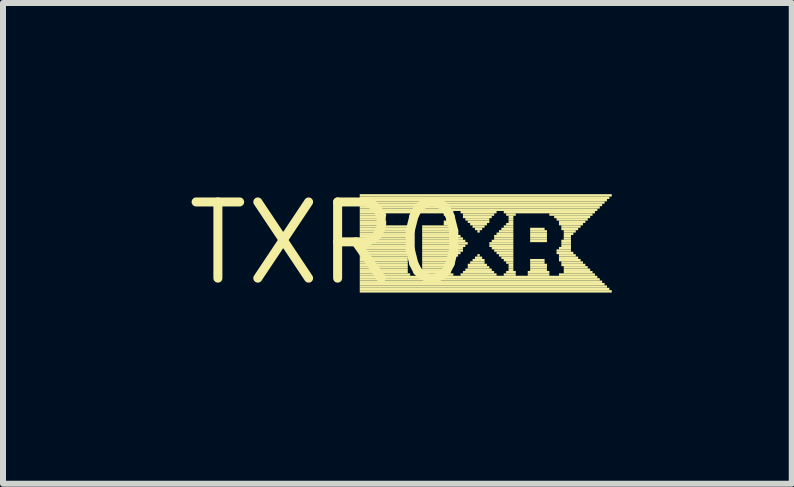
<source format=kicad_pcb>
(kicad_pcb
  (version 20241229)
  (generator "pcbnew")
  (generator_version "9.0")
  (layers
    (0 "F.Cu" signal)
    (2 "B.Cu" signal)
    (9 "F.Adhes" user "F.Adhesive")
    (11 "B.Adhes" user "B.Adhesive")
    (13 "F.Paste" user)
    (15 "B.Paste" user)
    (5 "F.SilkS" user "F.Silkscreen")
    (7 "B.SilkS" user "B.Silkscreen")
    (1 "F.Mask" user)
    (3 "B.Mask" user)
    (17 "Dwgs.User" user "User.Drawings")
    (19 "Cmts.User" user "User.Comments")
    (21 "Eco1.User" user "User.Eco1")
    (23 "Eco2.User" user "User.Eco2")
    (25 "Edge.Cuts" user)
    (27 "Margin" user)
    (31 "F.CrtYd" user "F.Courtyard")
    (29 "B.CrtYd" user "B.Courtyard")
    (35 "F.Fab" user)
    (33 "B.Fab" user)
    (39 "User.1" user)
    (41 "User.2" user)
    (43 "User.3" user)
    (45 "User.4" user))
  (footprint "TXR0"
    (layer "F.Cu")
    (at 2.426 1.006)
    (property "Reference" "TXR0" (at 0 0 0) (layer "F.SilkS") (effects (font (size 1.27 1.27) (thickness 0.15))))
    (fp_poly (pts (xy 0.52 -0.78) (xy 4.72 -0.78) (xy 4.72 -0.82) (xy 0.52 -0.82)) (stroke (width 0) (type default)) (fill yes) (layer "F.SilkS"))
    (fp_poly (pts (xy 0.52 -0.74) (xy 4.68 -0.74) (xy 4.68 -0.78) (xy 0.52 -0.78)) (stroke (width 0) (type default)) (fill yes) (layer "F.SilkS"))
    (fp_poly (pts (xy 0.52 -0.7) (xy 4.64 -0.7) (xy 4.64 -0.74) (xy 0.52 -0.74)) (stroke (width 0) (type default)) (fill yes) (layer "F.SilkS"))
    (fp_poly (pts (xy 0.52 -0.66) (xy 4.6 -0.66) (xy 4.6 -0.7) (xy 0.52 -0.7)) (stroke (width 0) (type default)) (fill yes) (layer "F.SilkS"))
    (fp_poly (pts (xy 0.52 -0.62) (xy 4.56 -0.62) (xy 4.56 -0.66) (xy 0.52 -0.66)) (stroke (width 0) (type default)) (fill yes) (layer "F.SilkS"))
    (fp_poly (pts (xy 0.52 -0.58) (xy 4.52 -0.58) (xy 4.52 -0.62) (xy 0.52 -0.62)) (stroke (width 0) (type default)) (fill yes) (layer "F.SilkS"))
    (fp_poly (pts (xy 0.52 -0.54) (xy 4.48 -0.54) (xy 4.48 -0.58) (xy 0.52 -0.58)) (stroke (width 0) (type default)) (fill yes) (layer "F.SilkS"))
    (fp_poly (pts (xy 0.52 -0.5) (xy 2.08 -0.5) (xy 2.08 -0.54) (xy 0.52 -0.54)) (stroke (width 0) (type default)) (fill yes) (layer "F.SilkS"))
    (fp_poly (pts (xy 0.52 -0.46) (xy 0.96 -0.46) (xy 0.96 -0.5) (xy 0.52 -0.5)) (stroke (width 0) (type default)) (fill yes) (layer "F.SilkS"))
    (fp_poly (pts (xy 0.52 -0.42) (xy 0.92 -0.42) (xy 0.92 -0.46) (xy 0.52 -0.46)) (stroke (width 0) (type default)) (fill yes) (layer "F.SilkS"))
    (fp_poly (pts (xy 0.52 -0.38) (xy 0.92 -0.38) (xy 0.92 -0.42) (xy 0.52 -0.42)) (stroke (width 0) (type default)) (fill yes) (layer "F.SilkS"))
    (fp_poly (pts (xy 0.52 -0.34) (xy 0.96 -0.34) (xy 0.96 -0.38) (xy 0.52 -0.38)) (stroke (width 0) (type default)) (fill yes) (layer "F.SilkS"))
    (fp_poly (pts (xy 0.52 -0.3) (xy 0.96 -0.3) (xy 0.96 -0.34) (xy 0.52 -0.34)) (stroke (width 0) (type default)) (fill yes) (layer "F.SilkS"))
    (fp_poly (pts (xy 0.52 -0.26) (xy 1.32 -0.26) (xy 1.32 -0.3) (xy 0.52 -0.3)) (stroke (width 0) (type default)) (fill yes) (layer "F.SilkS"))
    (fp_poly (pts (xy 0.52 -0.22) (xy 1.32 -0.22) (xy 1.32 -0.26) (xy 0.52 -0.26)) (stroke (width 0) (type default)) (fill yes) (layer "F.SilkS"))
    (fp_poly (pts (xy 0.52 -0.18) (xy 1.32 -0.18) (xy 1.32 -0.22) (xy 0.52 -0.22)) (stroke (width 0) (type default)) (fill yes) (layer "F.SilkS"))
    (fp_poly (pts (xy 0.52 -0.14) (xy 1.32 -0.14) (xy 1.32 -0.18) (xy 0.52 -0.18)) (stroke (width 0) (type default)) (fill yes) (layer "F.SilkS"))
    (fp_poly (pts (xy 0.52 -0.1) (xy 1.32 -0.1) (xy 1.32 -0.14) (xy 0.52 -0.14)) (stroke (width 0) (type default)) (fill yes) (layer "F.SilkS"))
    (fp_poly (pts (xy 0.52 -0.06) (xy 1.32 -0.06) (xy 1.32 -0.1) (xy 0.52 -0.1)) (stroke (width 0) (type default)) (fill yes) (layer "F.SilkS"))
    (fp_poly (pts (xy 0.52 -0.02) (xy 1.32 -0.02) (xy 1.32 -0.06) (xy 0.52 -0.06)) (stroke (width 0) (type default)) (fill yes) (layer "F.SilkS"))
    (fp_poly (pts (xy 0.52 0.02) (xy 1.32 0.02) (xy 1.32 -0.02) (xy 0.52 -0.02)) (stroke (width 0) (type default)) (fill yes) (layer "F.SilkS"))
    (fp_poly (pts (xy 0.52 0.06) (xy 1.32 0.06) (xy 1.32 0.02) (xy 0.52 0.02)) (stroke (width 0) (type default)) (fill yes) (layer "F.SilkS"))
    (fp_poly (pts (xy 0.52 0.1) (xy 1.32 0.1) (xy 1.32 0.06) (xy 0.52 0.06)) (stroke (width 0) (type default)) (fill yes) (layer "F.SilkS"))
    (fp_poly (pts (xy 0.52 0.14) (xy 1.32 0.14) (xy 1.32 0.1) (xy 0.52 0.1)) (stroke (width 0) (type default)) (fill yes) (layer "F.SilkS"))
    (fp_poly (pts (xy 0.52 0.18) (xy 1.32 0.18) (xy 1.32 0.14) (xy 0.52 0.14)) (stroke (width 0) (type default)) (fill yes) (layer "F.SilkS"))
    (fp_poly (pts (xy 0.52 0.22) (xy 1.32 0.22) (xy 1.32 0.18) (xy 0.52 0.18)) (stroke (width 0) (type default)) (fill yes) (layer "F.SilkS"))
    (fp_poly (pts (xy 0.52 0.26) (xy 1.32 0.26) (xy 1.32 0.22) (xy 0.52 0.22)) (stroke (width 0) (type default)) (fill yes) (layer "F.SilkS"))
    (fp_poly (pts (xy 0.52 0.3) (xy 1.32 0.3) (xy 1.32 0.26) (xy 0.52 0.26)) (stroke (width 0) (type default)) (fill yes) (layer "F.SilkS"))
    (fp_poly (pts (xy 0.52 0.34) (xy 1.32 0.34) (xy 1.32 0.3) (xy 0.52 0.3)) (stroke (width 0) (type default)) (fill yes) (layer "F.SilkS"))
    (fp_poly (pts (xy 0.52 0.38) (xy 1.32 0.38) (xy 1.32 0.34) (xy 0.52 0.34)) (stroke (width 0) (type default)) (fill yes) (layer "F.SilkS"))
    (fp_poly (pts (xy 0.52 0.42) (xy 1.32 0.42) (xy 1.32 0.38) (xy 0.52 0.38)) (stroke (width 0) (type default)) (fill yes) (layer "F.SilkS"))
    (fp_poly (pts (xy 0.52 0.46) (xy 1.32 0.46) (xy 1.32 0.42) (xy 0.52 0.42)) (stroke (width 0) (type default)) (fill yes) (layer "F.SilkS"))
    (fp_poly (pts (xy 0.52 0.5) (xy 1.32 0.5) (xy 1.32 0.46) (xy 0.52 0.46)) (stroke (width 0) (type default)) (fill yes) (layer "F.SilkS"))
    (fp_poly (pts (xy 0.52 0.54) (xy 1.36 0.54) (xy 1.36 0.5) (xy 0.52 0.5)) (stroke (width 0) (type default)) (fill yes) (layer "F.SilkS"))
    (fp_poly (pts (xy 0.52 0.58) (xy 4.48 0.58) (xy 4.48 0.54) (xy 0.52 0.54)) (stroke (width 0) (type default)) (fill yes) (layer "F.SilkS"))
    (fp_poly (pts (xy 0.52 0.62) (xy 4.52 0.62) (xy 4.52 0.58) (xy 0.52 0.58)) (stroke (width 0) (type default)) (fill yes) (layer "F.SilkS"))
    (fp_poly (pts (xy 0.52 0.66) (xy 4.56 0.66) (xy 4.56 0.62) (xy 0.52 0.62)) (stroke (width 0) (type default)) (fill yes) (layer "F.SilkS"))
    (fp_poly (pts (xy 0.52 0.7) (xy 4.6 0.7) (xy 4.6 0.66) (xy 0.52 0.66)) (stroke (width 0) (type default)) (fill yes) (layer "F.SilkS"))
    (fp_poly (pts (xy 0.52 0.74) (xy 4.64 0.74) (xy 4.64 0.7) (xy 0.52 0.7)) (stroke (width 0) (type default)) (fill yes) (layer "F.SilkS"))
    (fp_poly (pts (xy 0.52 0.78) (xy 4.68 0.78) (xy 4.68 0.74) (xy 0.52 0.74)) (stroke (width 0) (type default)) (fill yes) (layer "F.SilkS"))
    (fp_poly (pts (xy 0.52 0.82) (xy 4.72 0.82) (xy 4.72 0.78) (xy 0.52 0.78)) (stroke (width 0) (type default)) (fill yes) (layer "F.SilkS"))
    (fp_poly (pts (xy 1.52 0.54) (xy 2.08 0.54) (xy 2.08 0.5) (xy 1.52 0.5)) (stroke (width 0) (type default)) (fill yes) (layer "F.SilkS"))
    (fp_poly (pts (xy 1.56 -0.26) (xy 2.08 -0.26) (xy 2.08 -0.3) (xy 1.56 -0.3)) (stroke (width 0) (type default)) (fill yes) (layer "F.SilkS"))
    (fp_poly (pts (xy 1.56 -0.22) (xy 2.12 -0.22) (xy 2.12 -0.26) (xy 1.56 -0.26)) (stroke (width 0) (type default)) (fill yes) (layer "F.SilkS"))
    (fp_poly (pts (xy 1.56 -0.18) (xy 2.12 -0.18) (xy 2.12 -0.22) (xy 1.56 -0.22)) (stroke (width 0) (type default)) (fill yes) (layer "F.SilkS"))
    (fp_poly (pts (xy 1.56 -0.14) (xy 2.16 -0.14) (xy 2.16 -0.18) (xy 1.56 -0.18)) (stroke (width 0) (type default)) (fill yes) (layer "F.SilkS"))
    (fp_poly (pts (xy 1.56 -0.1) (xy 2.2 -0.1) (xy 2.2 -0.14) (xy 1.56 -0.14)) (stroke (width 0) (type default)) (fill yes) (layer "F.SilkS"))
    (fp_poly (pts (xy 1.56 -0.06) (xy 2.24 -0.06) (xy 2.24 -0.1) (xy 1.56 -0.1)) (stroke (width 0) (type default)) (fill yes) (layer "F.SilkS"))
    (fp_poly (pts (xy 1.56 -0.02) (xy 2.28 -0.02) (xy 2.28 -0.06) (xy 1.56 -0.06)) (stroke (width 0) (type default)) (fill yes) (layer "F.SilkS"))
    (fp_poly (pts (xy 1.56 0.02) (xy 2.32 0.02) (xy 2.32 -0.02) (xy 1.56 -0.02)) (stroke (width 0) (type default)) (fill yes) (layer "F.SilkS"))
    (fp_poly (pts (xy 1.56 0.06) (xy 2.28 0.06) (xy 2.28 0.02) (xy 1.56 0.02)) (stroke (width 0) (type default)) (fill yes) (layer "F.SilkS"))
    (fp_poly (pts (xy 1.56 0.1) (xy 2.24 0.1) (xy 2.24 0.06) (xy 1.56 0.06)) (stroke (width 0) (type default)) (fill yes) (layer "F.SilkS"))
    (fp_poly (pts (xy 1.56 0.14) (xy 2.24 0.14) (xy 2.24 0.1) (xy 1.56 0.1)) (stroke (width 0) (type default)) (fill yes) (layer "F.SilkS"))
    (fp_poly (pts (xy 1.56 0.18) (xy 2.2 0.18) (xy 2.2 0.14) (xy 1.56 0.14)) (stroke (width 0) (type default)) (fill yes) (layer "F.SilkS"))
    (fp_poly (pts (xy 1.56 0.22) (xy 2.16 0.22) (xy 2.16 0.18) (xy 1.56 0.18)) (stroke (width 0) (type default)) (fill yes) (layer "F.SilkS"))
    (fp_poly (pts (xy 1.56 0.26) (xy 2.12 0.26) (xy 2.12 0.22) (xy 1.56 0.22)) (stroke (width 0) (type default)) (fill yes) (layer "F.SilkS"))
    (fp_poly (pts (xy 1.56 0.3) (xy 2.08 0.3) (xy 2.08 0.26) (xy 1.56 0.26)) (stroke (width 0) (type default)) (fill yes) (layer "F.SilkS"))
    (fp_poly (pts (xy 1.56 0.34) (xy 2.04 0.34) (xy 2.04 0.3) (xy 1.56 0.3)) (stroke (width 0) (type default)) (fill yes) (layer "F.SilkS"))
    (fp_poly (pts (xy 1.56 0.38) (xy 2 0.38) (xy 2 0.34) (xy 1.56 0.34)) (stroke (width 0) (type default)) (fill yes) (layer "F.SilkS"))
    (fp_poly (pts (xy 1.56 0.42) (xy 2 0.42) (xy 2 0.38) (xy 1.56 0.38)) (stroke (width 0) (type default)) (fill yes) (layer "F.SilkS"))
    (fp_poly (pts (xy 1.56 0.46) (xy 2 0.46) (xy 2 0.42) (xy 1.56 0.42)) (stroke (width 0) (type default)) (fill yes) (layer "F.SilkS"))
    (fp_poly (pts (xy 1.56 0.5) (xy 2 0.5) (xy 2 0.46) (xy 1.56 0.46)) (stroke (width 0) (type default)) (fill yes) (layer "F.SilkS"))
    (fp_poly (pts (xy 1.92 -0.46) (xy 2.04 -0.46) (xy 2.04 -0.5) (xy 1.92 -0.5)) (stroke (width 0) (type default)) (fill yes) (layer "F.SilkS"))
    (fp_poly (pts (xy 1.92 -0.34) (xy 2 -0.34) (xy 2 -0.38) (xy 1.92 -0.38)) (stroke (width 0) (type default)) (fill yes) (layer "F.SilkS"))
    (fp_poly (pts (xy 1.92 -0.3) (xy 2.04 -0.3) (xy 2.04 -0.34) (xy 1.92 -0.34)) (stroke (width 0) (type default)) (fill yes) (layer "F.SilkS"))
    (fp_poly (pts (xy 1.96 -0.42) (xy 2 -0.42) (xy 2 -0.46) (xy 1.96 -0.46)) (stroke (width 0) (type default)) (fill yes) (layer "F.SilkS"))
    (fp_poly (pts (xy 1.96 -0.38) (xy 2 -0.38) (xy 2 -0.42) (xy 1.96 -0.42)) (stroke (width 0) (type default)) (fill yes) (layer "F.SilkS"))
    (fp_poly (pts (xy 2.2 -0.5) (xy 2.8 -0.5) (xy 2.8 -0.54) (xy 2.2 -0.54)) (stroke (width 0) (type default)) (fill yes) (layer "F.SilkS"))
    (fp_poly (pts (xy 2.2 0.54) (xy 2.8 0.54) (xy 2.8 0.5) (xy 2.2 0.5)) (stroke (width 0) (type default)) (fill yes) (layer "F.SilkS"))
    (fp_poly (pts (xy 2.24 -0.46) (xy 2.76 -0.46) (xy 2.76 -0.5) (xy 2.24 -0.5)) (stroke (width 0) (type default)) (fill yes) (layer "F.SilkS"))
    (fp_poly (pts (xy 2.24 -0.42) (xy 2.72 -0.42) (xy 2.72 -0.46) (xy 2.24 -0.46)) (stroke (width 0) (type default)) (fill yes) (layer "F.SilkS"))
    (fp_poly (pts (xy 2.24 0.5) (xy 2.76 0.5) (xy 2.76 0.46) (xy 2.24 0.46)) (stroke (width 0) (type default)) (fill yes) (layer "F.SilkS"))
    (fp_poly (pts (xy 2.28 -0.38) (xy 2.68 -0.38) (xy 2.68 -0.42) (xy 2.28 -0.42)) (stroke (width 0) (type default)) (fill yes) (layer "F.SilkS"))
    (fp_poly (pts (xy 2.28 0.46) (xy 2.72 0.46) (xy 2.72 0.42) (xy 2.28 0.42)) (stroke (width 0) (type default)) (fill yes) (layer "F.SilkS"))
    (fp_poly (pts (xy 2.32 -0.34) (xy 2.68 -0.34) (xy 2.68 -0.38) (xy 2.32 -0.38)) (stroke (width 0) (type default)) (fill yes) (layer "F.SilkS"))
    (fp_poly (pts (xy 2.32 0.38) (xy 2.64 0.38) (xy 2.64 0.34) (xy 2.32 0.34)) (stroke (width 0) (type default)) (fill yes) (layer "F.SilkS"))
    (fp_poly (pts (xy 2.32 0.42) (xy 2.68 0.42) (xy 2.68 0.38) (xy 2.32 0.38)) (stroke (width 0) (type default)) (fill yes) (layer "F.SilkS"))
    (fp_poly (pts (xy 2.36 -0.3) (xy 2.64 -0.3) (xy 2.64 -0.34) (xy 2.36 -0.34)) (stroke (width 0) (type default)) (fill yes) (layer "F.SilkS"))
    (fp_poly (pts (xy 2.36 0.34) (xy 2.6 0.34) (xy 2.6 0.3) (xy 2.36 0.3)) (stroke (width 0) (type default)) (fill yes) (layer "F.SilkS"))
    (fp_poly (pts (xy 2.4 -0.26) (xy 2.6 -0.26) (xy 2.6 -0.3) (xy 2.4 -0.3)) (stroke (width 0) (type default)) (fill yes) (layer "F.SilkS"))
    (fp_poly (pts (xy 2.4 0.3) (xy 2.6 0.3) (xy 2.6 0.26) (xy 2.4 0.26)) (stroke (width 0) (type default)) (fill yes) (layer "F.SilkS"))
    (fp_poly (pts (xy 2.44 -0.22) (xy 2.56 -0.22) (xy 2.56 -0.26) (xy 2.44 -0.26)) (stroke (width 0) (type default)) (fill yes) (layer "F.SilkS"))
    (fp_poly (pts (xy 2.44 0.26) (xy 2.56 0.26) (xy 2.56 0.22) (xy 2.44 0.22)) (stroke (width 0) (type default)) (fill yes) (layer "F.SilkS"))
    (fp_poly (pts (xy 2.48 -0.18) (xy 2.52 -0.18) (xy 2.52 -0.22) (xy 2.48 -0.22)) (stroke (width 0) (type default)) (fill yes) (layer "F.SilkS"))
    (fp_poly (pts (xy 2.48 0.22) (xy 2.52 0.22) (xy 2.52 0.18) (xy 2.48 0.18)) (stroke (width 0) (type default)) (fill yes) (layer "F.SilkS"))
    (fp_poly (pts (xy 2.68 0.02) (xy 3.08 0.02) (xy 3.08 -0.02) (xy 2.68 -0.02)) (stroke (width 0) (type default)) (fill yes) (layer "F.SilkS"))
    (fp_poly (pts (xy 2.68 0.06) (xy 3.08 0.06) (xy 3.08 0.02) (xy 2.68 0.02)) (stroke (width 0) (type default)) (fill yes) (layer "F.SilkS"))
    (fp_poly (pts (xy 2.72 -0.02) (xy 3.08 -0.02) (xy 3.08 -0.06) (xy 2.72 -0.06)) (stroke (width 0) (type default)) (fill yes) (layer "F.SilkS"))
    (fp_poly (pts (xy 2.72 0.1) (xy 3.08 0.1) (xy 3.08 0.06) (xy 2.72 0.06)) (stroke (width 0) (type default)) (fill yes) (layer "F.SilkS"))
    (fp_poly (pts (xy 2.76 -0.1) (xy 3.08 -0.1) (xy 3.08 -0.14) (xy 2.76 -0.14)) (stroke (width 0) (type default)) (fill yes) (layer "F.SilkS"))
    (fp_poly (pts (xy 2.76 -0.06) (xy 3.08 -0.06) (xy 3.08 -0.1) (xy 2.76 -0.1)) (stroke (width 0) (type default)) (fill yes) (layer "F.SilkS"))
    (fp_poly (pts (xy 2.76 0.14) (xy 3.08 0.14) (xy 3.08 0.1) (xy 2.76 0.1)) (stroke (width 0) (type default)) (fill yes) (layer "F.SilkS"))
    (fp_poly (pts (xy 2.8 -0.14) (xy 3.08 -0.14) (xy 3.08 -0.18) (xy 2.8 -0.18)) (stroke (width 0) (type default)) (fill yes) (layer "F.SilkS"))
    (fp_poly (pts (xy 2.8 0.18) (xy 3.08 0.18) (xy 3.08 0.14) (xy 2.8 0.14)) (stroke (width 0) (type default)) (fill yes) (layer "F.SilkS"))
    (fp_poly (pts (xy 2.84 -0.18) (xy 3.08 -0.18) (xy 3.08 -0.22) (xy 2.84 -0.22)) (stroke (width 0) (type default)) (fill yes) (layer "F.SilkS"))
    (fp_poly (pts (xy 2.84 0.22) (xy 3.08 0.22) (xy 3.08 0.18) (xy 2.84 0.18)) (stroke (width 0) (type default)) (fill yes) (layer "F.SilkS"))
    (fp_poly (pts (xy 2.88 -0.22) (xy 3.08 -0.22) (xy 3.08 -0.26) (xy 2.88 -0.26)) (stroke (width 0) (type default)) (fill yes) (layer "F.SilkS"))
    (fp_poly (pts (xy 2.88 0.26) (xy 3.08 0.26) (xy 3.08 0.22) (xy 2.88 0.22)) (stroke (width 0) (type default)) (fill yes) (layer "F.SilkS"))
    (fp_poly (pts (xy 2.92 -0.5) (xy 4.44 -0.5) (xy 4.44 -0.54) (xy 2.92 -0.54)) (stroke (width 0) (type default)) (fill yes) (layer "F.SilkS"))
    (fp_poly (pts (xy 2.92 -0.26) (xy 3.08 -0.26) (xy 3.08 -0.3) (xy 2.92 -0.3)) (stroke (width 0) (type default)) (fill yes) (layer "F.SilkS"))
    (fp_poly (pts (xy 2.92 0.3) (xy 3.08 0.3) (xy 3.08 0.26) (xy 2.92 0.26)) (stroke (width 0) (type default)) (fill yes) (layer "F.SilkS"))
    (fp_poly (pts (xy 2.92 0.54) (xy 3.12 0.54) (xy 3.12 0.5) (xy 2.92 0.5)) (stroke (width 0) (type default)) (fill yes) (layer "F.SilkS"))
    (fp_poly (pts (xy 2.96 -0.46) (xy 3.12 -0.46) (xy 3.12 -0.5) (xy 2.96 -0.5)) (stroke (width 0) (type default)) (fill yes) (layer "F.SilkS"))
    (fp_poly (pts (xy 2.96 -0.3) (xy 3.08 -0.3) (xy 3.08 -0.34) (xy 2.96 -0.34)) (stroke (width 0) (type default)) (fill yes) (layer "F.SilkS"))
    (fp_poly (pts (xy 2.96 0.34) (xy 3.08 0.34) (xy 3.08 0.3) (xy 2.96 0.3)) (stroke (width 0) (type default)) (fill yes) (layer "F.SilkS"))
    (fp_poly (pts (xy 2.96 0.5) (xy 3.12 0.5) (xy 3.12 0.46) (xy 2.96 0.46)) (stroke (width 0) (type default)) (fill yes) (layer "F.SilkS"))
    (fp_poly (pts (xy 3 -0.42) (xy 3.08 -0.42) (xy 3.08 -0.46) (xy 3 -0.46)) (stroke (width 0) (type default)) (fill yes) (layer "F.SilkS"))
    (fp_poly (pts (xy 3 -0.38) (xy 3.08 -0.38) (xy 3.08 -0.42) (xy 3 -0.42)) (stroke (width 0) (type default)) (fill yes) (layer "F.SilkS"))
    (fp_poly (pts (xy 3 -0.34) (xy 3.08 -0.34) (xy 3.08 -0.38) (xy 3 -0.38)) (stroke (width 0) (type default)) (fill yes) (layer "F.SilkS"))
    (fp_poly (pts (xy 3 0.38) (xy 3.08 0.38) (xy 3.08 0.34) (xy 3 0.34)) (stroke (width 0) (type default)) (fill yes) (layer "F.SilkS"))
    (fp_poly (pts (xy 3 0.42) (xy 3.08 0.42) (xy 3.08 0.38) (xy 3 0.38)) (stroke (width 0) (type default)) (fill yes) (layer "F.SilkS"))
    (fp_poly (pts (xy 3 0.46) (xy 3.08 0.46) (xy 3.08 0.42) (xy 3 0.42)) (stroke (width 0) (type default)) (fill yes) (layer "F.SilkS"))
    (fp_poly (pts (xy 3.32 0.5) (xy 3.68 0.5) (xy 3.68 0.46) (xy 3.32 0.46)) (stroke (width 0) (type default)) (fill yes) (layer "F.SilkS"))
    (fp_poly (pts (xy 3.32 0.54) (xy 3.68 0.54) (xy 3.68 0.5) (xy 3.32 0.5)) (stroke (width 0) (type default)) (fill yes) (layer "F.SilkS"))
    (fp_poly (pts (xy 3.36 -0.22) (xy 3.6 -0.22) (xy 3.6 -0.26) (xy 3.36 -0.26)) (stroke (width 0) (type default)) (fill yes) (layer "F.SilkS"))
    (fp_poly (pts (xy 3.36 -0.18) (xy 3.64 -0.18) (xy 3.64 -0.22) (xy 3.36 -0.22)) (stroke (width 0) (type default)) (fill yes) (layer "F.SilkS"))
    (fp_poly (pts (xy 3.36 -0.14) (xy 3.64 -0.14) (xy 3.64 -0.18) (xy 3.36 -0.18)) (stroke (width 0) (type default)) (fill yes) (layer "F.SilkS"))
    (fp_poly (pts (xy 3.36 -0.1) (xy 3.64 -0.1) (xy 3.64 -0.14) (xy 3.36 -0.14)) (stroke (width 0) (type default)) (fill yes) (layer "F.SilkS"))
    (fp_poly (pts (xy 3.36 -0.06) (xy 3.64 -0.06) (xy 3.64 -0.1) (xy 3.36 -0.1)) (stroke (width 0) (type default)) (fill yes) (layer "F.SilkS"))
    (fp_poly (pts (xy 3.36 -0.02) (xy 3.64 -0.02) (xy 3.64 -0.06) (xy 3.36 -0.06)) (stroke (width 0) (type default)) (fill yes) (layer "F.SilkS"))
    (fp_poly (pts (xy 3.36 0.3) (xy 3.6 0.3) (xy 3.6 0.26) (xy 3.36 0.26)) (stroke (width 0) (type default)) (fill yes) (layer "F.SilkS"))
    (fp_poly (pts (xy 3.36 0.34) (xy 3.6 0.34) (xy 3.6 0.3) (xy 3.36 0.3)) (stroke (width 0) (type default)) (fill yes) (layer "F.SilkS"))
    (fp_poly (pts (xy 3.36 0.38) (xy 3.64 0.38) (xy 3.64 0.34) (xy 3.36 0.34)) (stroke (width 0) (type default)) (fill yes) (layer "F.SilkS"))
    (fp_poly (pts (xy 3.36 0.42) (xy 3.64 0.42) (xy 3.64 0.38) (xy 3.36 0.38)) (stroke (width 0) (type default)) (fill yes) (layer "F.SilkS"))
    (fp_poly (pts (xy 3.36 0.46) (xy 3.64 0.46) (xy 3.64 0.42) (xy 3.36 0.42)) (stroke (width 0) (type default)) (fill yes) (layer "F.SilkS"))
    (fp_poly (pts (xy 3.68 -0.46) (xy 4.4 -0.46) (xy 4.4 -0.5) (xy 3.68 -0.5)) (stroke (width 0) (type default)) (fill yes) (layer "F.SilkS"))
    (fp_poly (pts (xy 3.76 -0.42) (xy 4.36 -0.42) (xy 4.36 -0.46) (xy 3.76 -0.46)) (stroke (width 0) (type default)) (fill yes) (layer "F.SilkS"))
    (fp_poly (pts (xy 3.8 -0.38) (xy 4.32 -0.38) (xy 4.32 -0.42) (xy 3.8 -0.42)) (stroke (width 0) (type default)) (fill yes) (layer "F.SilkS"))
    (fp_poly (pts (xy 3.8 0.14) (xy 4.04 0.14) (xy 4.04 0.1) (xy 3.8 0.1)) (stroke (width 0) (type default)) (fill yes) (layer "F.SilkS"))
    (fp_poly (pts (xy 3.8 0.18) (xy 4.08 0.18) (xy 4.08 0.14) (xy 3.8 0.14)) (stroke (width 0) (type default)) (fill yes) (layer "F.SilkS"))
    (fp_poly (pts (xy 3.84 -0.34) (xy 4.28 -0.34) (xy 4.28 -0.38) (xy 3.84 -0.38)) (stroke (width 0) (type default)) (fill yes) (layer "F.SilkS"))
    (fp_poly (pts (xy 3.84 -0.3) (xy 4.24 -0.3) (xy 4.24 -0.34) (xy 3.84 -0.34)) (stroke (width 0) (type default)) (fill yes) (layer "F.SilkS"))
    (fp_poly (pts (xy 3.84 0.1) (xy 4.04 0.1) (xy 4.04 0.06) (xy 3.84 0.06)) (stroke (width 0) (type default)) (fill yes) (layer "F.SilkS"))
    (fp_poly (pts (xy 3.84 0.22) (xy 4.12 0.22) (xy 4.12 0.18) (xy 3.84 0.18)) (stroke (width 0) (type default)) (fill yes) (layer "F.SilkS"))
    (fp_poly (pts (xy 3.84 0.26) (xy 4.16 0.26) (xy 4.16 0.22) (xy 3.84 0.22)) (stroke (width 0) (type default)) (fill yes) (layer "F.SilkS"))
    (fp_poly (pts (xy 3.84 0.3) (xy 4.2 0.3) (xy 4.2 0.26) (xy 3.84 0.26)) (stroke (width 0) (type default)) (fill yes) (layer "F.SilkS"))
    (fp_poly (pts (xy 3.84 0.54) (xy 4.44 0.54) (xy 4.44 0.5) (xy 3.84 0.5)) (stroke (width 0) (type default)) (fill yes) (layer "F.SilkS"))
    (fp_poly (pts (xy 3.88 -0.26) (xy 4.2 -0.26) (xy 4.2 -0.3) (xy 3.88 -0.3)) (stroke (width 0) (type default)) (fill yes) (layer "F.SilkS"))
    (fp_poly (pts (xy 3.88 -0.22) (xy 4.16 -0.22) (xy 4.16 -0.26) (xy 3.88 -0.26)) (stroke (width 0) (type default)) (fill yes) (layer "F.SilkS"))
    (fp_poly (pts (xy 3.88 -0.02) (xy 4.04 -0.02) (xy 4.04 -0.06) (xy 3.88 -0.06)) (stroke (width 0) (type default)) (fill yes) (layer "F.SilkS"))
    (fp_poly (pts (xy 3.88 0.02) (xy 4.04 0.02) (xy 4.04 -0.02) (xy 3.88 -0.02)) (stroke (width 0) (type default)) (fill yes) (layer "F.SilkS"))
    (fp_poly (pts (xy 3.88 0.06) (xy 4.04 0.06) (xy 4.04 0.02) (xy 3.88 0.02)) (stroke (width 0) (type default)) (fill yes) (layer "F.SilkS"))
    (fp_poly (pts (xy 3.88 0.34) (xy 4.24 0.34) (xy 4.24 0.3) (xy 3.88 0.3)) (stroke (width 0) (type default)) (fill yes) (layer "F.SilkS"))
    (fp_poly (pts (xy 3.88 0.38) (xy 4.28 0.38) (xy 4.28 0.34) (xy 3.88 0.34)) (stroke (width 0) (type default)) (fill yes) (layer "F.SilkS"))
    (fp_poly (pts (xy 3.92 -0.18) (xy 4.12 -0.18) (xy 4.12 -0.22) (xy 3.92 -0.22)) (stroke (width 0) (type default)) (fill yes) (layer "F.SilkS"))
    (fp_poly (pts (xy 3.92 -0.14) (xy 4.08 -0.14) (xy 4.08 -0.18) (xy 3.92 -0.18)) (stroke (width 0) (type default)) (fill yes) (layer "F.SilkS"))
    (fp_poly (pts (xy 3.92 -0.1) (xy 4.04 -0.1) (xy 4.04 -0.14) (xy 3.92 -0.14)) (stroke (width 0) (type default)) (fill yes) (layer "F.SilkS"))
    (fp_poly (pts (xy 3.92 -0.06) (xy 4.04 -0.06) (xy 4.04 -0.1) (xy 3.92 -0.1)) (stroke (width 0) (type default)) (fill yes) (layer "F.SilkS"))
    (fp_poly (pts (xy 3.92 0.42) (xy 4.32 0.42) (xy 4.32 0.38) (xy 3.92 0.38)) (stroke (width 0) (type default)) (fill yes) (layer "F.SilkS"))
    (fp_poly (pts (xy 3.92 0.46) (xy 4.36 0.46) (xy 4.36 0.42) (xy 3.92 0.42)) (stroke (width 0) (type default)) (fill yes) (layer "F.SilkS"))
    (fp_poly (pts (xy 3.92 0.5) (xy 4.4 0.5) (xy 4.4 0.46) (xy 3.92 0.46)) (stroke (width 0) (type default)) (fill yes) (layer "F.SilkS")))
  (gr_rect
    (start -3 -3)
    (end 10.146 5.012)
    (stroke (width 0.1) (type default))
    (fill no)
    (layer "Edge.Cuts")))
</source>
